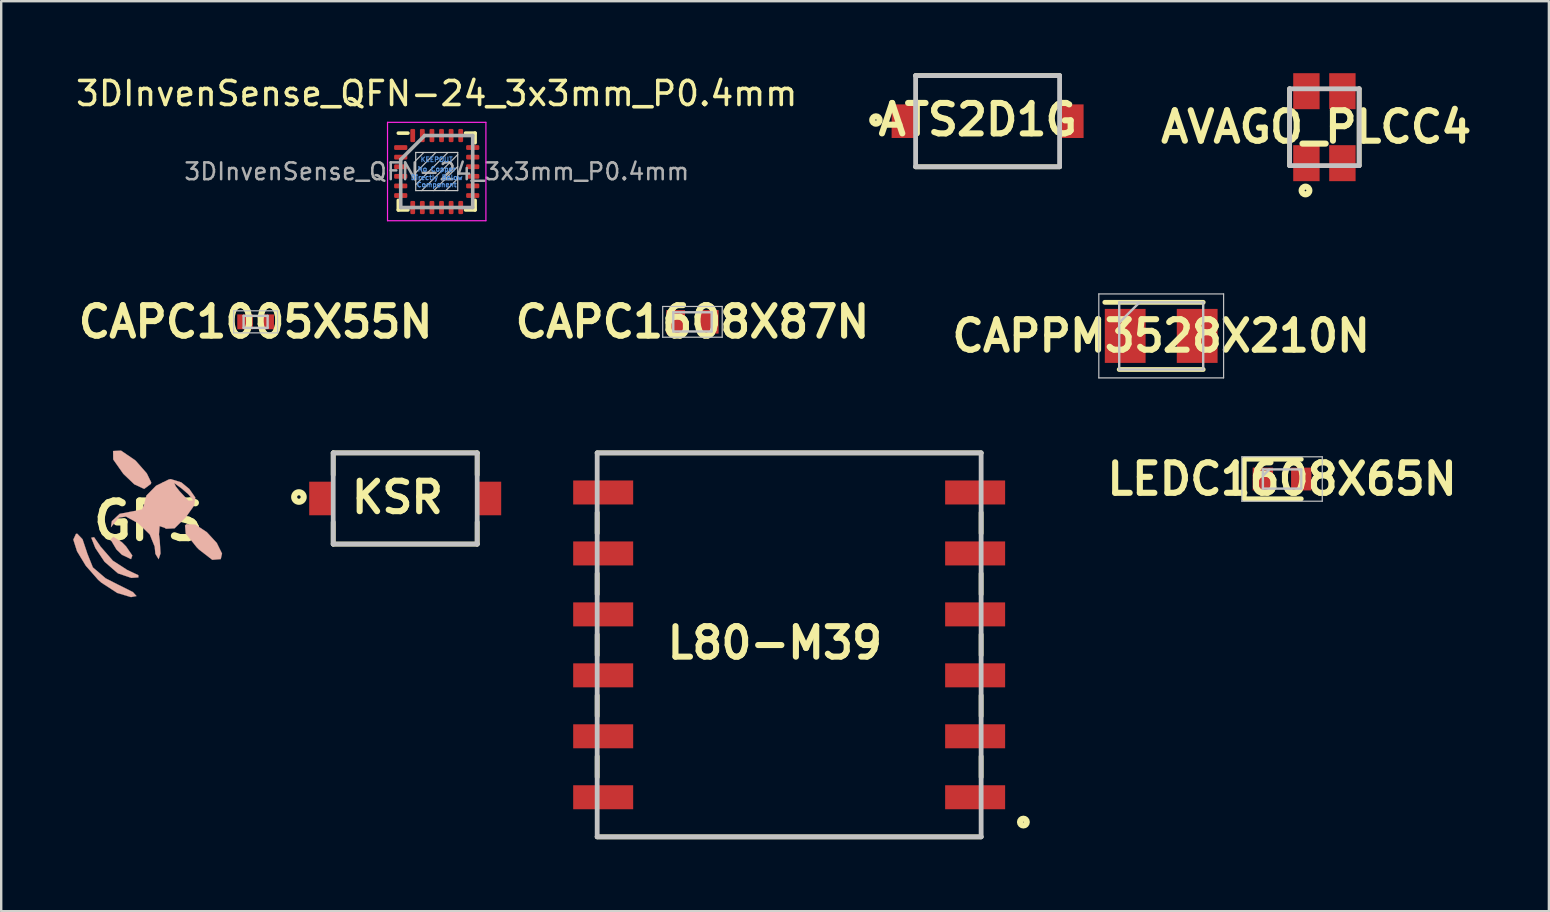
<source format=kicad_pcb>
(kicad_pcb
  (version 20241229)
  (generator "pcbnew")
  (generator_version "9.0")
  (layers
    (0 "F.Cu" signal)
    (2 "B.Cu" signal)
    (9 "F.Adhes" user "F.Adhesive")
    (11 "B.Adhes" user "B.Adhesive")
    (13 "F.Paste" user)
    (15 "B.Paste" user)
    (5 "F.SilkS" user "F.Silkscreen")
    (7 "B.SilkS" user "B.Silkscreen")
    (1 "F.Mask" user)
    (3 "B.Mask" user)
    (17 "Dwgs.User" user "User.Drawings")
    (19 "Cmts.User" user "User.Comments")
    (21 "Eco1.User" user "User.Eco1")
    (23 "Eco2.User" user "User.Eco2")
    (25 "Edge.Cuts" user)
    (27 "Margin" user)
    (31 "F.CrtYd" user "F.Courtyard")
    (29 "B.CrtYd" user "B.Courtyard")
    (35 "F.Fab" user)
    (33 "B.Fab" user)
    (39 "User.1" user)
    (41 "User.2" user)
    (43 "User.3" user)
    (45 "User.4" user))
  (footprint "CAPC1608X87N"
    (layer "F.Cu")
    (at 25.806 10.362)
    (property "Reference" "CAPC1608X87N" (at 0 0 0) (layer "F.SilkS") (effects (font (size 1.27 1.27) (thickness 0.254))))
    (attr smd)
    (fp_line (start -1.24 -0.64) (end 1.24 -0.64) (stroke (width 0.05) (type solid)) (layer "Dwgs.User"))
    (fp_line (start -1.24 0.64) (end -1.24 -0.64) (stroke (width 0.05) (type solid)) (layer "Dwgs.User"))
    (fp_line (start -0.8 -0.4) (end 0.8 -0.4) (stroke (width 0.1) (type solid)) (layer "Dwgs.User"))
    (fp_line (start -0.8 0.4) (end -0.8 -0.4) (stroke (width 0.1) (type solid)) (layer "Dwgs.User"))
    (fp_line (start 0.8 -0.4) (end 0.8 0.4) (stroke (width 0.1) (type solid)) (layer "Dwgs.User"))
    (fp_line (start 0.8 0.4) (end -0.8 0.4) (stroke (width 0.1) (type solid)) (layer "Dwgs.User"))
    (fp_line (start 1.24 -0.64) (end 1.24 0.64) (stroke (width 0.05) (type solid)) (layer "Dwgs.User"))
    (fp_line (start 1.24 0.64) (end -1.24 0.64) (stroke (width 0.05) (type solid)) (layer "Dwgs.User"))
    (pad "1" smd rect (at -0.7 0) (size 0.78 0.98) (layers "F.Cu" "F.Mask" "F.Paste"))
    (pad "2" smd rect (at 0.7 0) (size 0.78 0.98) (layers "F.Cu" "F.Mask" "F.Paste")))
  (footprint "CAPC1005X55N"
    (layer "F.Cu")
    (at 7.602 10.362)
    (property "Reference" "CAPC1005X55N" (at 0 0 0) (layer "F.SilkS") (effects (font (size 1.27 1.27) (thickness 0.254))))
    (attr smd)
    (fp_line (start -0.915 -0.46) (end 0.915 -0.46) (stroke (width 0.05) (type solid)) (layer "Dwgs.User"))
    (fp_line (start -0.915 0.46) (end -0.915 -0.46) (stroke (width 0.05) (type solid)) (layer "Dwgs.User"))
    (fp_line (start -0.5 -0.25) (end 0.5 -0.25) (stroke (width 0.1) (type solid)) (layer "Dwgs.User"))
    (fp_line (start -0.5 0.25) (end -0.5 -0.25) (stroke (width 0.1) (type solid)) (layer "Dwgs.User"))
    (fp_line (start 0.5 -0.25) (end 0.5 0.25) (stroke (width 0.1) (type solid)) (layer "Dwgs.User"))
    (fp_line (start 0.5 0.25) (end -0.5 0.25) (stroke (width 0.1) (type solid)) (layer "Dwgs.User"))
    (fp_line (start 0.915 -0.46) (end 0.915 0.46) (stroke (width 0.05) (type solid)) (layer "Dwgs.User"))
    (fp_line (start 0.915 0.46) (end -0.915 0.46) (stroke (width 0.05) (type solid)) (layer "Dwgs.User"))
    (pad "1" smd rect (at -0.44 0 90) (size 0.62 0.65) (layers "F.Cu" "F.Mask" "F.Paste"))
    (pad "2" smd rect (at 0.44 0 90) (size 0.62 0.65) (layers "F.Cu" "F.Mask" "F.Paste")))
  (footprint "3DInvenSense_QFN-24_3x3mm_P0.4mm"
    (layer "F.Cu")
    (at 15.149 4.098)
    (property "Reference" "3DInvenSense_QFN-24_3x3mm_P0.4mm" (at 0 -3.25 0) (layer "F.SilkS") (effects (font (size 1 1) (thickness 0.15))))
    (attr smd)
    (fp_line (start -1.6 -1.6) (end -1.2 -1.6) (stroke (width 0.15) (type solid)) (layer "F.SilkS"))
    (fp_line (start -1.6 1.6) (end -1.6 1.2) (stroke (width 0.15) (type solid)) (layer "F.SilkS"))
    (fp_line (start -1.6 1.6) (end -1.2 1.6) (stroke (width 0.15) (type solid)) (layer "F.SilkS"))
    (fp_line (start 1.6 -1.6) (end 1.2 -1.6) (stroke (width 0.15) (type solid)) (layer "F.SilkS"))
    (fp_line (start 1.6 -1.6) (end 1.6 -1.2) (stroke (width 0.15) (type solid)) (layer "F.SilkS"))
    (fp_line (start 1.6 1.6) (end 1.2 1.6) (stroke (width 0.15) (type solid)) (layer "F.SilkS"))
    (fp_line (start 1.6 1.6) (end 1.6 1.2) (stroke (width 0.15) (type solid)) (layer "F.SilkS"))
    (fp_line (start -0.875 -0.795) (end -0.875 0.795) (stroke (width 0.05) (type solid)) (layer "Dwgs.User"))
    (fp_line (start -0.875 -0.795) (end 0.875 -0.795) (stroke (width 0.05) (type solid)) (layer "Dwgs.User"))
    (fp_line (start -0.875 0.795) (end 0.875 0.795) (stroke (width 0.05) (type solid)) (layer "Dwgs.User"))
    (fp_line (start -0.535 -0.795) (end -0.875 -0.455) (stroke (width 0.05) (type solid)) (layer "Dwgs.User"))
    (fp_line (start -0.035 -0.795) (end -0.875 0.045) (stroke (width 0.05) (type solid)) (layer "Dwgs.User"))
    (fp_line (start 0.465 -0.795) (end -0.875 0.545) (stroke (width 0.05) (type solid)) (layer "Dwgs.User"))
    (fp_line (start 0.875 -0.795) (end 0.875 0.795) (stroke (width 0.05) (type solid)) (layer "Dwgs.User"))
    (fp_line (start 0.875 -0.705) (end -0.625 0.795) (stroke (width 0.05) (type solid)) (layer "Dwgs.User"))
    (fp_line (start 0.875 -0.205) (end -0.125 0.795) (stroke (width 0.05) (type solid)) (layer "Dwgs.User"))
    (fp_line (start 0.875 0.295) (end 0.375 0.795) (stroke (width 0.05) (type solid)) (layer "Dwgs.User"))
    (fp_line (start -2.05 -2.05) (end 2.05 -2.05) (stroke (width 0.05) (type solid)) (layer "F.CrtYd"))
    (fp_line (start -2.05 2.05) (end -2.05 -2.05) (stroke (width 0.05) (type solid)) (layer "F.CrtYd"))
    (fp_line (start 2.05 -2.05) (end 2.05 2.05) (stroke (width 0.05) (type solid)) (layer "F.CrtYd"))
    (fp_line (start 2.05 2.05) (end -2.05 2.05) (stroke (width 0.05) (type solid)) (layer "F.CrtYd"))
    (fp_line (start -1.5 -0.5) (end -0.5 -1.5) (stroke (width 0.15) (type solid)) (layer "F.Fab"))
    (fp_line (start -1.5 1.5) (end -1.5 -0.5) (stroke (width 0.15) (type solid)) (layer "F.Fab"))
    (fp_line (start -0.5 -1.5) (end 1.5 -1.5) (stroke (width 0.15) (type solid)) (layer "F.Fab"))
    (fp_line (start 1.5 -1.5) (end 1.5 1.5) (stroke (width 0.15) (type solid)) (layer "F.Fab"))
    (fp_line (start 1.5 1.5) (end -1.5 1.5) (stroke (width 0.15) (type solid)) (layer "F.Fab"))
    (fp_text user "No Copper" (at 0 -0.1 0) (layer "Cmts.User") (effects (font (size 0.2 0.2) (thickness 0.04))))
    (fp_text user "Component" (at 0 0.55 0) (layer "Cmts.User") (effects (font (size 0.2 0.2) (thickness 0.04))))
    (fp_text user "KEEPOUT" (at 0 -0.5 0) (layer "Cmts.User") (effects (font (size 0.2 0.2) (thickness 0.04))))
    (fp_text user "Directly Below" (at 0 0.25 0) (layer "Cmts.User") (effects (font (size 0.2 0.2) (thickness 0.04))))
    (fp_text user "${REFERENCE}" (at 0 0 0) (layer "F.Fab") (effects (font (size 0.7 0.7) (thickness 0.105))))
    (pad "1" smd roundrect (at -1.5 -1) (size 0.55 0.2) (layers "F.Cu" "F.Mask" "F.Paste") (roundrect_rratio 0.25))
    (pad "2" smd roundrect (at -1.5 -0.6) (size 0.55 0.2) (layers "F.Cu" "F.Mask" "F.Paste") (roundrect_rratio 0.25))
    (pad "3" smd roundrect (at -1.5 -0.2) (size 0.55 0.2) (layers "F.Cu" "F.Mask" "F.Paste") (roundrect_rratio 0.25))
    (pad "4" smd roundrect (at -1.5 0.2) (size 0.55 0.2) (layers "F.Cu" "F.Mask" "F.Paste") (roundrect_rratio 0.25))
    (pad "5" smd roundrect (at -1.5 0.6) (size 0.55 0.2) (layers "F.Cu" "F.Mask" "F.Paste") (roundrect_rratio 0.25))
    (pad "6" smd roundrect (at -1.5 1) (size 0.55 0.2) (layers "F.Cu" "F.Mask" "F.Paste") (roundrect_rratio 0.25))
    (pad "7" smd roundrect (at -1 1.5 90) (size 0.55 0.2) (layers "F.Cu" "F.Mask" "F.Paste") (roundrect_rratio 0.25))
    (pad "8" smd roundrect (at -0.6 1.5 90) (size 0.55 0.2) (layers "F.Cu" "F.Mask" "F.Paste") (roundrect_rratio 0.25))
    (pad "9" smd roundrect (at -0.2 1.5 90) (size 0.55 0.2) (layers "F.Cu" "F.Mask" "F.Paste") (roundrect_rratio 0.25))
    (pad "10" smd roundrect (at 0.2 1.5 90) (size 0.55 0.2) (layers "F.Cu" "F.Mask" "F.Paste") (roundrect_rratio 0.25))
    (pad "11" smd roundrect (at 0.6 1.5 90) (size 0.55 0.2) (layers "F.Cu" "F.Mask" "F.Paste") (roundrect_rratio 0.25))
    (pad "12" smd roundrect (at 1 1.5 90) (size 0.55 0.2) (layers "F.Cu" "F.Mask" "F.Paste") (roundrect_rratio 0.25))
    (pad "13" smd roundrect (at 1.5 1) (size 0.55 0.2) (layers "F.Cu" "F.Mask" "F.Paste") (roundrect_rratio 0.25))
    (pad "14" smd roundrect (at 1.5 0.6) (size 0.55 0.2) (layers "F.Cu" "F.Mask" "F.Paste") (roundrect_rratio 0.25))
    (pad "15" smd roundrect (at 1.5 0.2) (size 0.55 0.2) (layers "F.Cu" "F.Mask" "F.Paste") (roundrect_rratio 0.25))
    (pad "16" smd roundrect (at 1.5 -0.2) (size 0.55 0.2) (layers "F.Cu" "F.Mask" "F.Paste") (roundrect_rratio 0.25))
    (pad "17" smd roundrect (at 1.5 -0.6) (size 0.55 0.2) (layers "F.Cu" "F.Mask" "F.Paste") (roundrect_rratio 0.25))
    (pad "18" smd roundrect (at 1.5 -1) (size 0.55 0.2) (layers "F.Cu" "F.Mask" "F.Paste") (roundrect_rratio 0.25))
    (pad "19" smd roundrect (at 1 -1.5 90) (size 0.55 0.2) (layers "F.Cu" "F.Mask" "F.Paste") (roundrect_rratio 0.25))
    (pad "20" smd roundrect (at 0.6 -1.5 90) (size 0.55 0.2) (layers "F.Cu" "F.Mask" "F.Paste") (roundrect_rratio 0.25))
    (pad "21" smd roundrect (at 0.2 -1.5 90) (size 0.55 0.2) (layers "F.Cu" "F.Mask" "F.Paste") (roundrect_rratio 0.25))
    (pad "22" smd roundrect (at -0.2 -1.5 90) (size 0.55 0.2) (layers "F.Cu" "F.Mask" "F.Paste") (roundrect_rratio 0.25))
    (pad "23" smd roundrect (at -0.6 -1.5 90) (size 0.55 0.2) (layers "F.Cu" "F.Mask" "F.Paste") (roundrect_rratio 0.25))
    (pad "24" smd roundrect (at -1 -1.5 90) (size 0.55 0.2) (layers "F.Cu" "F.Mask" "F.Paste") (roundrect_rratio 0.25)))
  (footprint "ATS2D1G"
    (layer "F.Cu")
    (at 38.106 2)
    (property "Reference" "ATS2D1G" (at -0.41 -0.065 0) (layer "F.SilkS") (effects (font (size 1.27 1.27) (thickness 0.254))))
    (attr smd)
    (fp_line (start -3 -1.9) (end 3 -1.9) (stroke (width 0.2) (type solid)) (layer "F.SilkS"))
    (fp_line (start 3 1.9) (end -3 1.9) (stroke (width 0.2) (type solid)) (layer "F.SilkS"))
    (fp_circle (center -4.654 -0.05) (end -4.681 -0.05) (stroke (width 0.254) (type solid)) (fill no) (layer "F.SilkS"))
    (fp_line (start -3 -1.9) (end 3 -1.9) (stroke (width 0.2) (type solid)) (layer "Dwgs.User"))
    (fp_line (start -3 1.9) (end -3 -1.9) (stroke (width 0.2) (type solid)) (layer "Dwgs.User"))
    (fp_line (start 3 -1.9) (end 3 1.9) (stroke (width 0.2) (type solid)) (layer "Dwgs.User"))
    (fp_line (start 3 1.9) (end -3 1.9) (stroke (width 0.2) (type solid)) (layer "Dwgs.User"))
    (pad "1" smd rect (at -3.5 0) (size 1 1.4) (layers "F.Cu" "F.Mask" "F.Paste"))
    (pad "2" smd rect (at 3.5 0) (size 1 1.4) (layers "F.Cu" "F.Mask" "F.Paste")))
  (footprint "GPS"
    (layer "F.Cu")
    (at 3.131 18.663)
    (property "Reference" "GPS" (at 0 0 0) (layer "F.SilkS") (effects (font (size 1.524 1.524) (thickness 0.3))))
    (attr through_hole)
    (fp_poly (pts (xy -1.105 0.879) (xy -0.928 1.057) (xy -0.667 1.436) (xy -0.72 1.587) (xy -1.101 1.405) (xy -1.328 1.184) (xy -1.57 0.775) (xy -1.46 0.661) (xy -1.105 0.879)) (stroke (width 0.01) (type solid)) (fill yes) (layer "B.SilkS"))
    (fp_poly (pts (xy -0.554 -2.537) (xy -0.51 -2.495) (xy -0.063 -1.986) (xy 0.12 -1.61) (xy 0.107 -1.547) (xy -0.173 -1.34) (xy -0.583 -1.529) (xy -1.04 -1.965) (xy -1.463 -2.567) (xy -1.468 -2.918) (xy -1.138 -2.935) (xy -0.554 -2.537)) (stroke (width 0.01) (type solid)) (fill yes) (layer "B.SilkS"))
    (fp_poly (pts (xy 1.968 0.151) (xy 2.437 0.463) (xy 2.854 0.915) (xy 3.071 1.355) (xy 3.018 1.586) (xy 2.666 1.616) (xy 2.109 1.186) (xy 2.014 1.089) (xy 1.558 0.518) (xy 1.53 0.184) (xy 1.593 0.129) (xy 1.968 0.151)) (stroke (width 0.01) (type solid)) (fill yes) (layer "B.SilkS"))
    (fp_poly (pts (xy -2.007 1.038) (xy -1.997 1.057) (xy -1.479 1.651) (xy -0.882 2.037) (xy -0.416 2.257) (xy -0.414 2.349) (xy -0.708 2.369) (xy -1.266 2.18) (xy -1.817 1.704) (xy -1.833 1.684) (xy -2.208 1.123) (xy -2.372 0.709) (xy -2.372 0.692) (xy -2.261 0.674) (xy -2.007 1.038)) (stroke (width 0.01) (type solid)) (fill yes) (layer "B.SilkS"))
    (fp_poly (pts (xy -2.742 0.758) (xy -2.556 1.311) (xy -2.551 1.334) (xy -2.311 1.932) (xy -1.781 2.386) (xy -1.261 2.651) (xy -0.64 2.962) (xy -0.493 3.126) (xy -0.723 3.169) (xy -1.293 2.998) (xy -1.955 2.568) (xy -2.092 2.447) (xy -2.605 1.863) (xy -2.97 1.261) (xy -3.126 0.774) (xy -3.014 0.535) (xy -2.961 0.529) (xy -2.742 0.758)) (stroke (width 0.01) (type solid)) (fill yes) (layer "B.SilkS"))
    (fp_poly (pts (xy 1.374 -1.611) (xy 1.706 -1.338) (xy 1.957 -0.981) (xy 1.903 -0.64) (xy 1.565 -0.163) (xy 1.093 0.304) (xy 0.736 0.32) (xy 0.681 0.281) (xy 0.47 0.21) (xy 0.443 0.557) (xy 0.474 0.8) (xy 0.508 1.351) (xy 0.43 1.587) (xy 0.427 1.587) (xy 0.294 1.365) (xy 0.265 1.064) (xy 0.058 0.555) (xy -0.419 0.093) (xy -0.931 -0.187) (xy -1.224 -0.143) (xy -1.366 0.021) (xy -1.557 0.256) (xy -1.525 0.033) (xy -1.516 0) (xy -1.194 -0.301) (xy -0.732 -0.389) (xy -0.261 -0.479) (xy -0.175 -0.677) (xy -0.08 -1.061) (xy 0.323 -1.471) (xy 0.555 -1.585) (xy 1.076 -1.585) (xy 1.141 -1.448) (xy 1.289 -1.257) (xy 1.675 -0.845) (xy 1.848 -0.847) (xy 1.852 -0.894) (xy 1.671 -1.115) (xy 1.389 -1.357) (xy 1.076 -1.585) (xy 0.555 -1.585) (xy 0.853 -1.732) (xy 0.935 -1.748) (xy 1.374 -1.611)) (stroke (width 0.01) (type solid)) (fill yes) (layer "B.SilkS")))
  (footprint "CAPPM3528X210N"
    (layer "F.Cu")
    (at 45.34 10.948)
    (property "Reference" "CAPPM3528X210N" (at 0 0 0) (layer "F.SilkS") (effects (font (size 1.27 1.27) (thickness 0.254))))
    (attr smd)
    (fp_line (start -1.75 1.4) (end 1.75 1.4) (stroke (width 0.2) (type solid)) (layer "F.SilkS"))
    (fp_line (start 1.75 -1.4) (end -2.35 -1.4) (stroke (width 0.2) (type solid)) (layer "F.SilkS"))
    (fp_line (start -2.6 -1.75) (end 2.6 -1.75) (stroke (width 0.05) (type solid)) (layer "Dwgs.User"))
    (fp_line (start -2.6 1.75) (end -2.6 -1.75) (stroke (width 0.05) (type solid)) (layer "Dwgs.User"))
    (fp_line (start -1.75 -1.4) (end 1.75 -1.4) (stroke (width 0.1) (type solid)) (layer "Dwgs.User"))
    (fp_line (start -1.75 -0.55) (end -0.9 -1.4) (stroke (width 0.1) (type solid)) (layer "Dwgs.User"))
    (fp_line (start -1.75 1.4) (end -1.75 -1.4) (stroke (width 0.1) (type solid)) (layer "Dwgs.User"))
    (fp_line (start 1.75 -1.4) (end 1.75 1.4) (stroke (width 0.1) (type solid)) (layer "Dwgs.User"))
    (fp_line (start 1.75 1.4) (end -1.75 1.4) (stroke (width 0.1) (type solid)) (layer "Dwgs.User"))
    (fp_line (start 2.6 -1.75) (end 2.6 1.75) (stroke (width 0.05) (type solid)) (layer "Dwgs.User"))
    (fp_line (start 2.6 1.75) (end -2.6 1.75) (stroke (width 0.05) (type solid)) (layer "Dwgs.User"))
    (pad "1" smd rect (at -1.5 0) (size 1.7 2.25) (layers "F.Cu" "F.Mask" "F.Paste"))
    (pad "2" smd rect (at 1.5 0) (size 1.7 2.25) (layers "F.Cu" "F.Mask" "F.Paste")))
  (footprint "LEDC1608X65N"
    (layer "F.Cu")
    (at 50.377 16.912)
    (property "Reference" "LEDC1608X65N" (at 0 0 0) (layer "F.SilkS") (effects (font (size 1.27 1.27) (thickness 0.254))))
    (attr smd)
    (fp_line (start -1.575 -0.825) (end -1.575 0.825) (stroke (width 0.2) (type solid)) (layer "F.SilkS"))
    (fp_line (start -1.575 0.825) (end 0.8 0.825) (stroke (width 0.2) (type solid)) (layer "F.SilkS"))
    (fp_line (start 0.8 -0.825) (end -1.575 -0.825) (stroke (width 0.2) (type solid)) (layer "F.SilkS"))
    (fp_line (start -1.675 -0.925) (end 1.675 -0.925) (stroke (width 0.05) (type solid)) (layer "Dwgs.User"))
    (fp_line (start -1.675 0.925) (end -1.675 -0.925) (stroke (width 0.05) (type solid)) (layer "Dwgs.User"))
    (fp_line (start -0.8 -0.4) (end 0.8 -0.4) (stroke (width 0.1) (type solid)) (layer "Dwgs.User"))
    (fp_line (start -0.8 -0.133) (end -0.533 -0.4) (stroke (width 0.1) (type solid)) (layer "Dwgs.User"))
    (fp_line (start -0.8 0.4) (end -0.8 -0.4) (stroke (width 0.1) (type solid)) (layer "Dwgs.User"))
    (fp_line (start 0.8 -0.4) (end 0.8 0.4) (stroke (width 0.1) (type solid)) (layer "Dwgs.User"))
    (fp_line (start 0.8 0.4) (end -0.8 0.4) (stroke (width 0.1) (type solid)) (layer "Dwgs.User"))
    (fp_line (start 1.675 -0.925) (end 1.675 0.925) (stroke (width 0.05) (type solid)) (layer "Dwgs.User"))
    (fp_line (start 1.675 0.925) (end -1.675 0.925) (stroke (width 0.05) (type solid)) (layer "Dwgs.User"))
    (pad "1" smd rect (at -0.8 0) (size 0.85 0.95) (layers "F.Cu" "F.Mask" "F.Paste"))
    (pad "2" smd rect (at 0.8 0) (size 0.85 0.95) (layers "F.Cu" "F.Mask" "F.Paste")))
  (footprint "KSR"
    (layer "F.Cu")
    (at 13.836 17.723)
    (property "Reference" "KSR" (at -0.325 -0.045 0) (layer "F.SilkS") (effects (font (size 1.27 1.27) (thickness 0.254))))
    (attr smd)
    (fp_line (start -3 -1.9) (end -3 -0.985) (stroke (width 0.2) (type solid)) (layer "F.SilkS"))
    (fp_line (start -3 -1.9) (end 3 -1.9) (stroke (width 0.2) (type solid)) (layer "F.SilkS"))
    (fp_line (start -3 1.9) (end -3 0.985) (stroke (width 0.2) (type solid)) (layer "F.SilkS"))
    (fp_line (start 3 -1.9) (end 3 -0.985) (stroke (width 0.2) (type solid)) (layer "F.SilkS"))
    (fp_line (start 3 1.9) (end -3 1.9) (stroke (width 0.2) (type solid)) (layer "F.SilkS"))
    (fp_line (start 3 1.9) (end 3 0.985) (stroke (width 0.2) (type solid)) (layer "F.SilkS"))
    (fp_circle (center -4.429 -0.061) (end -4.501 -0.061) (stroke (width 0.254) (type solid)) (fill no) (layer "F.SilkS"))
    (fp_line (start -3 -1.9) (end 3 -1.9) (stroke (width 0.2) (type solid)) (layer "Dwgs.User"))
    (fp_line (start -3 1.9) (end -3 -1.9) (stroke (width 0.2) (type solid)) (layer "Dwgs.User"))
    (fp_line (start 3 -1.9) (end 3 1.9) (stroke (width 0.2) (type solid)) (layer "Dwgs.User"))
    (fp_line (start 3 1.9) (end -3 1.9) (stroke (width 0.2) (type solid)) (layer "Dwgs.User"))
    (pad "1" smd rect (at -3.5 0) (size 1 1.4) (layers "F.Cu" "F.Mask" "F.Paste"))
    (pad "2" smd rect (at 3.5 0) (size 1 1.4) (layers "F.Cu" "F.Mask" "F.Paste")))
  (footprint "AVAGO_PLCC4"
    (layer "F.Cu")
    (at 52.141 2.25)
    (property "Reference" "AVAGO_PLCC4" (at -0.34 -0.011 0) (layer "F.SilkS") (effects (font (size 1.27 1.27) (thickness 0.254))))
    (attr smd)
    (fp_line (start -1.45 -1.6) (end -1.45 1.6) (stroke (width 0.2) (type solid)) (layer "F.SilkS"))
    (fp_line (start 1.45 1.6) (end 1.45 -1.6) (stroke (width 0.2) (type solid)) (layer "F.SilkS"))
    (fp_circle (center -0.788 2.638) (end -0.822 2.638) (stroke (width 0.254) (type solid)) (fill no) (layer "F.SilkS"))
    (fp_line (start -1.45 -1.6) (end 1.45 -1.6) (stroke (width 0.2) (type solid)) (layer "Dwgs.User"))
    (fp_line (start -1.45 1.6) (end -1.45 -1.6) (stroke (width 0.2) (type solid)) (layer "Dwgs.User"))
    (fp_line (start 1.45 -1.6) (end 1.45 1.6) (stroke (width 0.2) (type solid)) (layer "Dwgs.User"))
    (fp_line (start 1.45 1.6) (end -1.45 1.6) (stroke (width 0.2) (type solid)) (layer "Dwgs.User"))
    (pad "1" smd rect (at -0.75 1.5) (size 1.1 1.5) (layers "F.Cu" "F.Mask" "F.Paste"))
    (pad "2" smd rect (at -0.75 -1.5) (size 1.1 1.5) (layers "F.Cu" "F.Mask" "F.Paste"))
    (pad "3" smd rect (at 0.75 -1.5) (size 1.1 1.5) (layers "F.Cu" "F.Mask" "F.Paste"))
    (pad "4" smd rect (at 0.75 1.5) (size 1.1 1.5) (layers "F.Cu" "F.Mask" "F.Paste")))
  (footprint "L80-M39"
    (layer "F.Cu")
    (at 22.086 18.743)
    (property "Reference" "L80-M39" (at 7.154 4.997 0) (layer "F.SilkS") (effects (font (size 1.27 1.27) (thickness 0.254))))
    (attr smd)
    (fp_line (start -0.25 -2.92) (end 15.75 -2.92) (stroke (width 0.2) (type solid)) (layer "F.SilkS"))
    (fp_line (start -0.25 -0.43) (end -0.25 0.43) (stroke (width 0.2) (type solid)) (layer "F.SilkS"))
    (fp_line (start -0.25 2.11) (end -0.25 2.97) (stroke (width 0.2) (type solid)) (layer "F.SilkS"))
    (fp_line (start -0.25 4.65) (end -0.25 5.51) (stroke (width 0.2) (type solid)) (layer "F.SilkS"))
    (fp_line (start -0.25 7.19) (end -0.25 8.05) (stroke (width 0.2) (type solid)) (layer "F.SilkS"))
    (fp_line (start -0.25 9.73) (end -0.25 10.59) (stroke (width 0.2) (type solid)) (layer "F.SilkS"))
    (fp_line (start -0.25 13.08) (end 15.75 13.08) (stroke (width 0.2) (type solid)) (layer "F.SilkS"))
    (fp_line (start 15.75 -0.43) (end 15.75 0.43) (stroke (width 0.2) (type solid)) (layer "F.SilkS"))
    (fp_line (start 15.75 2.11) (end 15.75 2.97) (stroke (width 0.2) (type solid)) (layer "F.SilkS"))
    (fp_line (start 15.75 4.65) (end 15.75 5.51) (stroke (width 0.2) (type solid)) (layer "F.SilkS"))
    (fp_line (start 15.75 7.19) (end 15.75 8.05) (stroke (width 0.2) (type solid)) (layer "F.SilkS"))
    (fp_line (start 15.75 9.73) (end 15.75 10.59) (stroke (width 0.2) (type solid)) (layer "F.SilkS"))
    (fp_circle (center 17.511 12.465) (end 17.369 12.465) (stroke (width 0.254) (type solid)) (fill no) (layer "F.SilkS"))
    (fp_line (start -0.25 -2.92) (end 15.75 -2.92) (stroke (width 0.2) (type solid)) (layer "Dwgs.User"))
    (fp_line (start -0.25 13.08) (end -0.25 -2.92) (stroke (width 0.2) (type solid)) (layer "Dwgs.User"))
    (fp_line (start 15.75 -2.92) (end 15.75 13.08) (stroke (width 0.2) (type solid)) (layer "Dwgs.User"))
    (fp_line (start 15.75 13.08) (end -0.25 13.08) (stroke (width 0.2) (type solid)) (layer "Dwgs.User"))
    (pad "1" smd rect (at 15.5 11.43 90) (size 1 2.5) (layers "F.Cu" "F.Mask" "F.Paste"))
    (pad "2" smd rect (at 15.5 8.89 90) (size 1 2.5) (layers "F.Cu" "F.Mask" "F.Paste"))
    (pad "3" smd rect (at 15.5 6.35 90) (size 1 2.5) (layers "F.Cu" "F.Mask" "F.Paste"))
    (pad "4" smd rect (at 15.5 3.81 90) (size 1 2.5) (layers "F.Cu" "F.Mask" "F.Paste"))
    (pad "5" smd rect (at 15.5 1.27 90) (size 1 2.5) (layers "F.Cu" "F.Mask" "F.Paste"))
    (pad "6" smd rect (at 15.5 -1.27 90) (size 1 2.5) (layers "F.Cu" "F.Mask" "F.Paste"))
    (pad "7" smd rect (at 0 -1.27 90) (size 1 2.5) (layers "F.Cu" "F.Mask" "F.Paste"))
    (pad "8" smd rect (at 0 1.27 90) (size 1 2.5) (layers "F.Cu" "F.Mask" "F.Paste"))
    (pad "9" smd rect (at 0 3.81 90) (size 1 2.5) (layers "F.Cu" "F.Mask" "F.Paste"))
    (pad "10" smd rect (at 0 6.35 90) (size 1 2.5) (layers "F.Cu" "F.Mask" "F.Paste"))
    (pad "11" smd rect (at 0 8.89 90) (size 1 2.5) (layers "F.Cu" "F.Mask" "F.Paste"))
    (pad "12" smd rect (at 0 11.43 90) (size 1 2.5) (layers "F.Cu" "F.Mask" "F.Paste")))
  (gr_rect
    (start -3 -3)
    (end 61.496 34.923)
    (stroke (width 0.1) (type default))
    (fill no)
    (layer "Edge.Cuts")))
</source>
